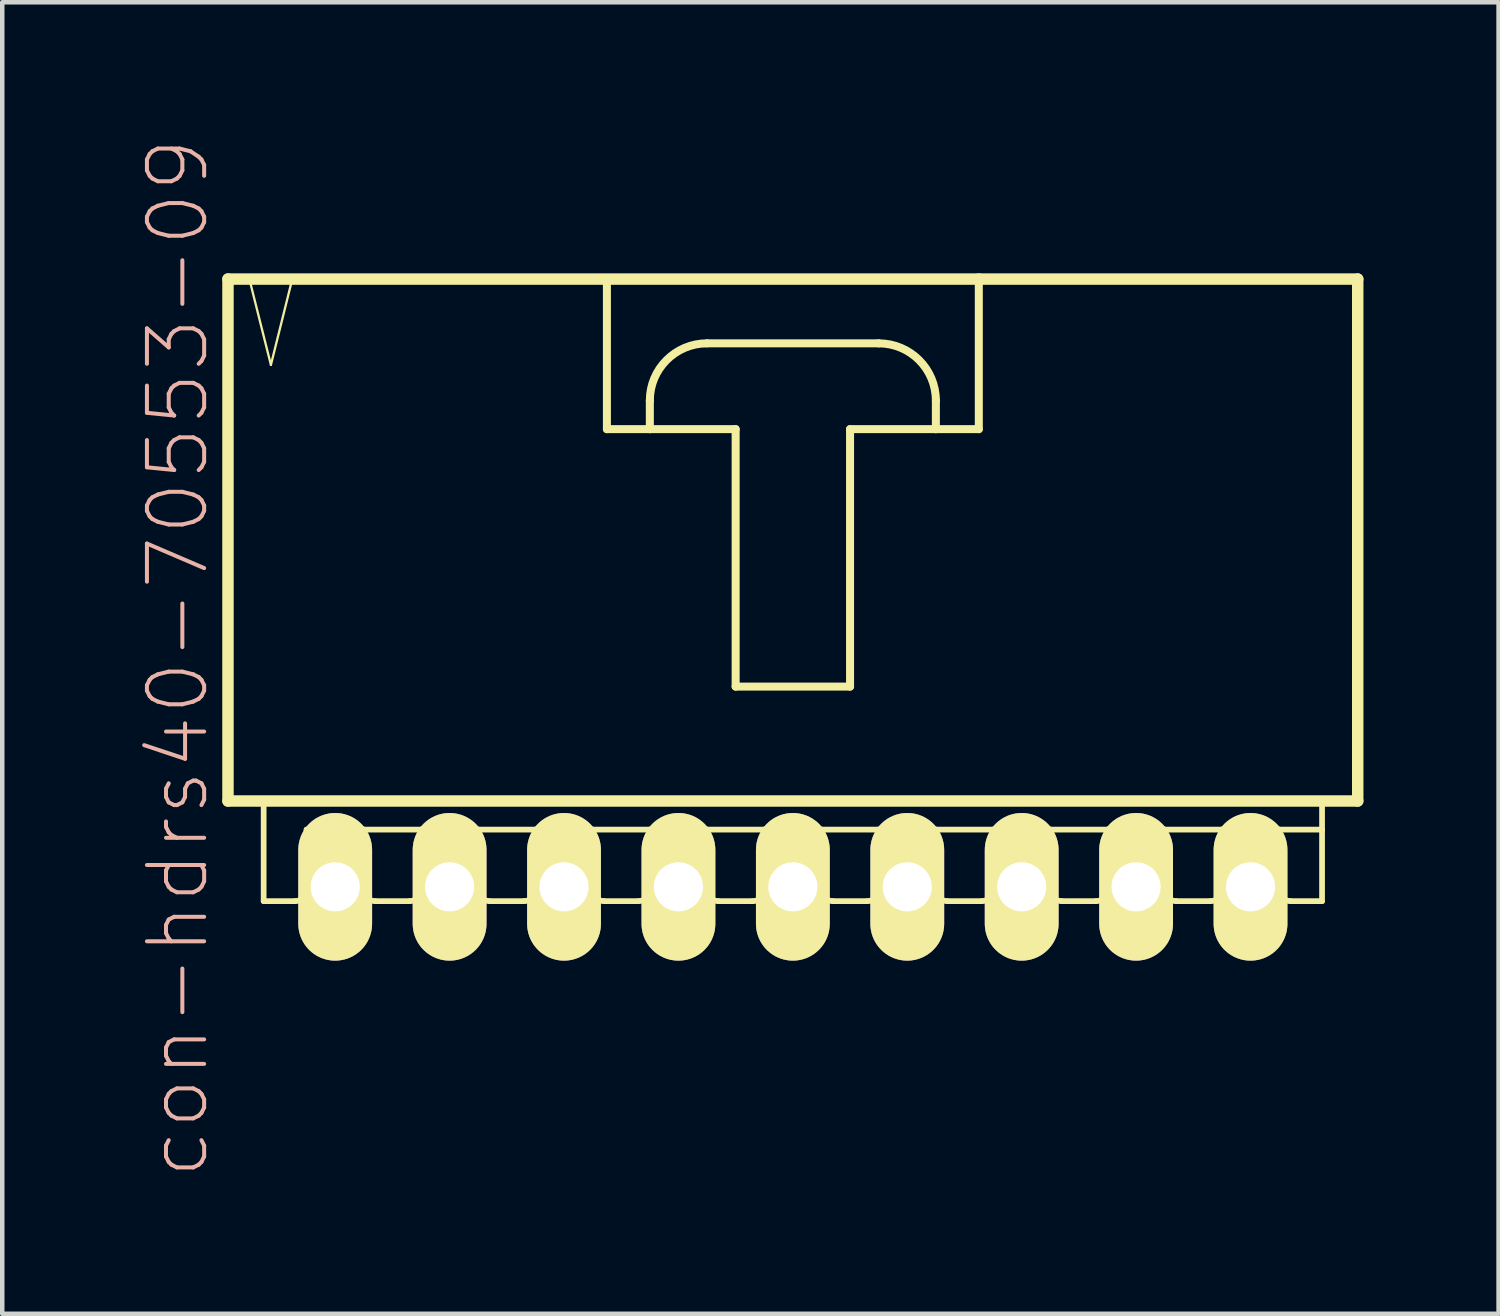
<source format=kicad_pcb>
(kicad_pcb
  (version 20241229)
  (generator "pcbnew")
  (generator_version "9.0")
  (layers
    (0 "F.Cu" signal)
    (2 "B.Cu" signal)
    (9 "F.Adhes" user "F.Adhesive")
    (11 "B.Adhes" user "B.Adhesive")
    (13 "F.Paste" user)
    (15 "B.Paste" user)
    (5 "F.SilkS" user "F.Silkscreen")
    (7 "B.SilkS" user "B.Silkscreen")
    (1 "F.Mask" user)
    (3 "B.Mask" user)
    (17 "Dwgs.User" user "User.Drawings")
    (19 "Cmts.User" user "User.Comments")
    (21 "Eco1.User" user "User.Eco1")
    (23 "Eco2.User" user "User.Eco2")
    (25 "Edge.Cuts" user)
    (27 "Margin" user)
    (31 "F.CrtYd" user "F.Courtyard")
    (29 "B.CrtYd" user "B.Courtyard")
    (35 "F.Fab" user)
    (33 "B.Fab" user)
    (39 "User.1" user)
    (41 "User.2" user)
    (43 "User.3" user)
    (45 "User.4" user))
  (footprint "con-hdrs40-70553-09"
    (layer "F.Cu")
    (at 14.551 9.017)
    (property "Reference" "con-hdrs40-70553-09" (at -13.652 2.54 90) (layer "B.SilkS") (effects (font (size 1.27 1.27) (thickness 0.089))))
    (attr exclude_from_pos_files exclude_from_bom)
    (fp_line (start -12.54 -5.872) (end -12.54 5.715) (stroke (width 0.254) (type solid)) (layer "F.SilkS"))
    (fp_line (start -12.54 5.715) (end 12.54 5.715) (stroke (width 0.254) (type solid)) (layer "F.SilkS"))
    (fp_line (start -12.065 -5.872) (end -11.587 -3.967) (stroke (width 0.051) (type solid)) (layer "F.SilkS"))
    (fp_line (start -11.748 5.715) (end -11.748 7.938) (stroke (width 0.127) (type solid)) (layer "F.SilkS"))
    (fp_line (start -11.587 -3.967) (end -11.113 -5.872) (stroke (width 0.051) (type solid)) (layer "F.SilkS"))
    (fp_line (start -11.113 -5.872) (end -12.065 -5.872) (stroke (width 0.051) (type solid)) (layer "F.SilkS"))
    (fp_line (start -11.049 7.938) (end -11.748 7.938) (stroke (width 0.127) (type solid)) (layer "F.SilkS"))
    (fp_line (start -10.795 6.35) (end -10.795 7.684) (stroke (width 0.127) (type solid)) (layer "F.SilkS"))
    (fp_line (start -10.795 6.35) (end -9.525 6.35) (stroke (width 0.127) (type solid)) (layer "F.SilkS"))
    (fp_line (start -10.477 6.35) (end -9.842 6.35) (stroke (width 0.066) (type solid)) (layer "F.SilkS"))
    (fp_line (start -10.477 7.62) (end -10.477 6.35) (stroke (width 0.066) (type solid)) (layer "F.SilkS"))
    (fp_line (start -10.477 7.62) (end -9.842 7.62) (stroke (width 0.066) (type solid)) (layer "F.SilkS"))
    (fp_line (start -9.842 7.62) (end -9.842 6.35) (stroke (width 0.066) (type solid)) (layer "F.SilkS"))
    (fp_line (start -9.525 6.35) (end -9.525 7.684) (stroke (width 0.127) (type solid)) (layer "F.SilkS"))
    (fp_line (start -9.525 6.35) (end -8.255 6.35) (stroke (width 0.127) (type solid)) (layer "F.SilkS"))
    (fp_line (start -8.509 7.938) (end -9.271 7.938) (stroke (width 0.127) (type solid)) (layer "F.SilkS"))
    (fp_line (start -8.255 6.35) (end -8.255 7.684) (stroke (width 0.127) (type solid)) (layer "F.SilkS"))
    (fp_line (start -8.255 6.35) (end -6.985 6.35) (stroke (width 0.127) (type solid)) (layer "F.SilkS"))
    (fp_line (start -7.938 6.35) (end -7.303 6.35) (stroke (width 0.066) (type solid)) (layer "F.SilkS"))
    (fp_line (start -7.938 7.62) (end -7.938 6.35) (stroke (width 0.066) (type solid)) (layer "F.SilkS"))
    (fp_line (start -7.938 7.62) (end -7.303 7.62) (stroke (width 0.066) (type solid)) (layer "F.SilkS"))
    (fp_line (start -7.303 7.62) (end -7.303 6.35) (stroke (width 0.066) (type solid)) (layer "F.SilkS"))
    (fp_line (start -6.985 6.35) (end -6.985 7.684) (stroke (width 0.127) (type solid)) (layer "F.SilkS"))
    (fp_line (start -6.985 6.35) (end -5.715 6.35) (stroke (width 0.127) (type solid)) (layer "F.SilkS"))
    (fp_line (start -5.969 7.938) (end -6.731 7.938) (stroke (width 0.127) (type solid)) (layer "F.SilkS"))
    (fp_line (start -5.715 6.35) (end -5.715 7.684) (stroke (width 0.127) (type solid)) (layer "F.SilkS"))
    (fp_line (start -5.715 6.35) (end -4.445 6.35) (stroke (width 0.127) (type solid)) (layer "F.SilkS"))
    (fp_line (start -5.397 6.35) (end -4.763 6.35) (stroke (width 0.066) (type solid)) (layer "F.SilkS"))
    (fp_line (start -5.397 7.62) (end -5.397 6.35) (stroke (width 0.066) (type solid)) (layer "F.SilkS"))
    (fp_line (start -5.397 7.62) (end -4.763 7.62) (stroke (width 0.066) (type solid)) (layer "F.SilkS"))
    (fp_line (start -4.763 7.62) (end -4.763 6.35) (stroke (width 0.066) (type solid)) (layer "F.SilkS"))
    (fp_line (start -4.445 6.35) (end -4.445 7.684) (stroke (width 0.127) (type solid)) (layer "F.SilkS"))
    (fp_line (start -4.445 6.35) (end -3.175 6.35) (stroke (width 0.127) (type solid)) (layer "F.SilkS"))
    (fp_line (start -4.128 -5.872) (end -4.128 -2.54) (stroke (width 0.178) (type solid)) (layer "F.SilkS"))
    (fp_line (start -4.128 -2.54) (end -3.175 -2.54) (stroke (width 0.178) (type solid)) (layer "F.SilkS"))
    (fp_line (start -3.429 7.938) (end -4.191 7.938) (stroke (width 0.127) (type solid)) (layer "F.SilkS"))
    (fp_line (start -3.175 -2.54) (end -3.175 -3.175) (stroke (width 0.178) (type solid)) (layer "F.SilkS"))
    (fp_line (start -3.175 -2.54) (end -1.27 -2.54) (stroke (width 0.178) (type solid)) (layer "F.SilkS"))
    (fp_line (start -3.175 6.35) (end -3.175 7.684) (stroke (width 0.127) (type solid)) (layer "F.SilkS"))
    (fp_line (start -3.175 6.35) (end -1.905 6.35) (stroke (width 0.127) (type solid)) (layer "F.SilkS"))
    (fp_line (start -2.857 6.35) (end -2.223 6.35) (stroke (width 0.066) (type solid)) (layer "F.SilkS"))
    (fp_line (start -2.857 7.62) (end -2.857 6.35) (stroke (width 0.066) (type solid)) (layer "F.SilkS"))
    (fp_line (start -2.857 7.62) (end -2.223 7.62) (stroke (width 0.066) (type solid)) (layer "F.SilkS"))
    (fp_line (start -2.223 7.62) (end -2.223 6.35) (stroke (width 0.066) (type solid)) (layer "F.SilkS"))
    (fp_line (start -1.905 -4.445) (end 1.905 -4.445) (stroke (width 0.178) (type solid)) (layer "F.SilkS"))
    (fp_line (start -1.905 6.35) (end -1.905 7.684) (stroke (width 0.127) (type solid)) (layer "F.SilkS"))
    (fp_line (start -1.905 6.35) (end -0.635 6.35) (stroke (width 0.127) (type solid)) (layer "F.SilkS"))
    (fp_line (start -1.27 -2.54) (end -1.27 3.175) (stroke (width 0.178) (type solid)) (layer "F.SilkS"))
    (fp_line (start -1.27 3.175) (end 1.27 3.175) (stroke (width 0.178) (type solid)) (layer "F.SilkS"))
    (fp_line (start -0.889 7.938) (end -1.651 7.938) (stroke (width 0.127) (type solid)) (layer "F.SilkS"))
    (fp_line (start -0.635 6.35) (end -0.635 7.684) (stroke (width 0.127) (type solid)) (layer "F.SilkS"))
    (fp_line (start -0.635 6.35) (end 0.635 6.35) (stroke (width 0.127) (type solid)) (layer "F.SilkS"))
    (fp_line (start -0.318 6.35) (end 0.318 6.35) (stroke (width 0.066) (type solid)) (layer "F.SilkS"))
    (fp_line (start -0.318 7.62) (end -0.318 6.35) (stroke (width 0.066) (type solid)) (layer "F.SilkS"))
    (fp_line (start -0.318 7.62) (end 0.318 7.62) (stroke (width 0.066) (type solid)) (layer "F.SilkS"))
    (fp_line (start 0.318 7.62) (end 0.318 6.35) (stroke (width 0.066) (type solid)) (layer "F.SilkS"))
    (fp_line (start 0.635 6.35) (end 0.635 7.684) (stroke (width 0.127) (type solid)) (layer "F.SilkS"))
    (fp_line (start 0.635 6.35) (end 1.905 6.35) (stroke (width 0.127) (type solid)) (layer "F.SilkS"))
    (fp_line (start 1.27 -2.54) (end 3.175 -2.54) (stroke (width 0.178) (type solid)) (layer "F.SilkS"))
    (fp_line (start 1.27 3.175) (end 1.27 -2.54) (stroke (width 0.178) (type solid)) (layer "F.SilkS"))
    (fp_line (start 1.651 7.938) (end 0.889 7.938) (stroke (width 0.127) (type solid)) (layer "F.SilkS"))
    (fp_line (start 1.905 6.35) (end 1.905 7.684) (stroke (width 0.127) (type solid)) (layer "F.SilkS"))
    (fp_line (start 1.905 6.35) (end 3.175 6.35) (stroke (width 0.127) (type solid)) (layer "F.SilkS"))
    (fp_line (start 2.223 6.35) (end 2.857 6.35) (stroke (width 0.066) (type solid)) (layer "F.SilkS"))
    (fp_line (start 2.223 7.62) (end 2.223 6.35) (stroke (width 0.066) (type solid)) (layer "F.SilkS"))
    (fp_line (start 2.223 7.62) (end 2.857 7.62) (stroke (width 0.066) (type solid)) (layer "F.SilkS"))
    (fp_line (start 2.857 7.62) (end 2.857 6.35) (stroke (width 0.066) (type solid)) (layer "F.SilkS"))
    (fp_line (start 3.175 -3.175) (end 3.175 -2.54) (stroke (width 0.178) (type solid)) (layer "F.SilkS"))
    (fp_line (start 3.175 -2.54) (end 4.128 -2.54) (stroke (width 0.178) (type solid)) (layer "F.SilkS"))
    (fp_line (start 3.175 6.35) (end 3.175 7.684) (stroke (width 0.127) (type solid)) (layer "F.SilkS"))
    (fp_line (start 3.175 6.35) (end 4.445 6.35) (stroke (width 0.127) (type solid)) (layer "F.SilkS"))
    (fp_line (start 4.128 -5.872) (end -12.54 -5.872) (stroke (width 0.254) (type solid)) (layer "F.SilkS"))
    (fp_line (start 4.128 -2.54) (end 4.128 -5.872) (stroke (width 0.178) (type solid)) (layer "F.SilkS"))
    (fp_line (start 4.191 7.938) (end 3.429 7.938) (stroke (width 0.127) (type solid)) (layer "F.SilkS"))
    (fp_line (start 4.445 6.35) (end 4.445 7.684) (stroke (width 0.127) (type solid)) (layer "F.SilkS"))
    (fp_line (start 4.445 6.35) (end 5.715 6.35) (stroke (width 0.127) (type solid)) (layer "F.SilkS"))
    (fp_line (start 4.763 6.35) (end 5.397 6.35) (stroke (width 0.066) (type solid)) (layer "F.SilkS"))
    (fp_line (start 4.763 7.62) (end 4.763 6.35) (stroke (width 0.066) (type solid)) (layer "F.SilkS"))
    (fp_line (start 4.763 7.62) (end 5.397 7.62) (stroke (width 0.066) (type solid)) (layer "F.SilkS"))
    (fp_line (start 5.397 7.62) (end 5.397 6.35) (stroke (width 0.066) (type solid)) (layer "F.SilkS"))
    (fp_line (start 5.715 6.35) (end 5.715 7.684) (stroke (width 0.127) (type solid)) (layer "F.SilkS"))
    (fp_line (start 5.715 6.35) (end 6.985 6.35) (stroke (width 0.127) (type solid)) (layer "F.SilkS"))
    (fp_line (start 6.731 7.938) (end 5.969 7.938) (stroke (width 0.127) (type solid)) (layer "F.SilkS"))
    (fp_line (start 6.985 6.35) (end 6.985 7.684) (stroke (width 0.127) (type solid)) (layer "F.SilkS"))
    (fp_line (start 6.985 6.35) (end 8.255 6.35) (stroke (width 0.127) (type solid)) (layer "F.SilkS"))
    (fp_line (start 7.303 6.35) (end 7.938 6.35) (stroke (width 0.066) (type solid)) (layer "F.SilkS"))
    (fp_line (start 7.303 7.62) (end 7.303 6.35) (stroke (width 0.066) (type solid)) (layer "F.SilkS"))
    (fp_line (start 7.303 7.62) (end 7.938 7.62) (stroke (width 0.066) (type solid)) (layer "F.SilkS"))
    (fp_line (start 7.938 7.62) (end 7.938 6.35) (stroke (width 0.066) (type solid)) (layer "F.SilkS"))
    (fp_line (start 8.255 6.35) (end 8.255 7.684) (stroke (width 0.127) (type solid)) (layer "F.SilkS"))
    (fp_line (start 8.255 6.35) (end 9.525 6.35) (stroke (width 0.127) (type solid)) (layer "F.SilkS"))
    (fp_line (start 9.271 7.938) (end 8.509 7.938) (stroke (width 0.127) (type solid)) (layer "F.SilkS"))
    (fp_line (start 9.525 6.35) (end 9.525 7.684) (stroke (width 0.127) (type solid)) (layer "F.SilkS"))
    (fp_line (start 9.525 6.35) (end 10.795 6.35) (stroke (width 0.127) (type solid)) (layer "F.SilkS"))
    (fp_line (start 9.842 6.35) (end 10.477 6.35) (stroke (width 0.066) (type solid)) (layer "F.SilkS"))
    (fp_line (start 9.842 7.62) (end 9.842 6.35) (stroke (width 0.066) (type solid)) (layer "F.SilkS"))
    (fp_line (start 9.842 7.62) (end 10.477 7.62) (stroke (width 0.066) (type solid)) (layer "F.SilkS"))
    (fp_line (start 10.477 7.62) (end 10.477 6.35) (stroke (width 0.066) (type solid)) (layer "F.SilkS"))
    (fp_line (start 10.795 6.35) (end 10.795 7.684) (stroke (width 0.127) (type solid)) (layer "F.SilkS"))
    (fp_line (start 10.795 6.35) (end 11.748 6.35) (stroke (width 0.127) (type solid)) (layer "F.SilkS"))
    (fp_line (start 11.049 7.938) (end 11.748 7.938) (stroke (width 0.127) (type solid)) (layer "F.SilkS"))
    (fp_line (start 11.748 6.35) (end 11.748 5.715) (stroke (width 0.127) (type solid)) (layer "F.SilkS"))
    (fp_line (start 11.748 7.938) (end 11.748 6.35) (stroke (width 0.127) (type solid)) (layer "F.SilkS"))
    (fp_line (start 12.54 -5.872) (end 4.128 -5.872) (stroke (width 0.254) (type solid)) (layer "F.SilkS"))
    (fp_line (start 12.54 5.715) (end 12.54 -5.872) (stroke (width 0.254) (type solid)) (layer "F.SilkS"))
    (fp_arc (start -10.795 7.6835) (mid -10.869395 7.863105) (end -11.049 7.9375) (stroke (width 0.127) (type solid)) (layer "F.SilkS"))
    (fp_arc (start -9.271 7.9375) (mid -9.450605 7.863105) (end -9.525 7.6835) (stroke (width 0.127) (type solid)) (layer "F.SilkS"))
    (fp_arc (start -8.255 7.6835) (mid -8.329395 7.863105) (end -8.509 7.9375) (stroke (width 0.127) (type solid)) (layer "F.SilkS"))
    (fp_arc (start -6.731 7.9375) (mid -6.910605 7.863105) (end -6.985 7.6835) (stroke (width 0.127) (type solid)) (layer "F.SilkS"))
    (fp_arc (start -5.715 7.6835) (mid -5.789395 7.863105) (end -5.969 7.9375) (stroke (width 0.127) (type solid)) (layer "F.SilkS"))
    (fp_arc (start -4.191 7.9375) (mid -4.370605 7.863105) (end -4.445 7.6835) (stroke (width 0.127) (type solid)) (layer "F.SilkS"))
    (fp_arc (start -3.175 -3.175) (mid -2.803026 -4.073026) (end -1.905 -4.445) (stroke (width 0.1778) (type solid)) (layer "F.SilkS"))
    (fp_arc (start -3.175 7.6835) (mid -3.249395 7.863105) (end -3.429 7.9375) (stroke (width 0.127) (type solid)) (layer "F.SilkS"))
    (fp_arc (start -1.651 7.9375) (mid -1.830605 7.863105) (end -1.905 7.6835) (stroke (width 0.127) (type solid)) (layer "F.SilkS"))
    (fp_arc (start -0.635 7.6835) (mid -0.709395 7.863105) (end -0.889 7.9375) (stroke (width 0.127) (type solid)) (layer "F.SilkS"))
    (fp_arc (start 0.889 7.9375) (mid 0.709395 7.863105) (end 0.635 7.6835) (stroke (width 0.127) (type solid)) (layer "F.SilkS"))
    (fp_arc (start 1.905 -4.445) (mid 2.803026 -4.073026) (end 3.175 -3.175) (stroke (width 0.1778) (type solid)) (layer "F.SilkS"))
    (fp_arc (start 1.905 7.6835) (mid 1.830605 7.863105) (end 1.651 7.9375) (stroke (width 0.127) (type solid)) (layer "F.SilkS"))
    (fp_arc (start 3.429 7.9375) (mid 3.249395 7.863105) (end 3.175 7.6835) (stroke (width 0.127) (type solid)) (layer "F.SilkS"))
    (fp_arc (start 4.445 7.6835) (mid 4.370605 7.863105) (end 4.191 7.9375) (stroke (width 0.127) (type solid)) (layer "F.SilkS"))
    (fp_arc (start 5.969 7.9375) (mid 5.789395 7.863105) (end 5.715 7.6835) (stroke (width 0.127) (type solid)) (layer "F.SilkS"))
    (fp_arc (start 6.985 7.6835) (mid 6.910605 7.863105) (end 6.731 7.9375) (stroke (width 0.127) (type solid)) (layer "F.SilkS"))
    (fp_arc (start 8.509 7.9375) (mid 8.329395 7.863105) (end 8.255 7.6835) (stroke (width 0.127) (type solid)) (layer "F.SilkS"))
    (fp_arc (start 9.525 7.6835) (mid 9.450605 7.863105) (end 9.271 7.9375) (stroke (width 0.127) (type solid)) (layer "F.SilkS"))
    (fp_arc (start 11.049 7.9375) (mid 10.869395 7.863105) (end 10.795 7.6835) (stroke (width 0.127) (type solid)) (layer "F.SilkS"))
    (pad "1" thru_hole oval (at -10.16 7.62) (size 1.638 3.277) (drill 1.09) (layers "*.Cu" "F.Mask" "F.SilkS" "F.Paste"))
    (pad "2" thru_hole oval (at -7.62 7.62) (size 1.638 3.277) (drill 1.09) (layers "*.Cu" "F.Mask" "F.SilkS" "F.Paste"))
    (pad "3" thru_hole oval (at -5.08 7.62) (size 1.638 3.277) (drill 1.09) (layers "*.Cu" "F.Mask" "F.SilkS" "F.Paste"))
    (pad "4" thru_hole oval (at -2.54 7.62) (size 1.638 3.277) (drill 1.09) (layers "*.Cu" "F.Mask" "F.SilkS" "F.Paste"))
    (pad "5" thru_hole oval (at 0 7.62) (size 1.638 3.277) (drill 1.09) (layers "*.Cu" "F.Mask" "F.SilkS" "F.Paste"))
    (pad "6" thru_hole oval (at 2.54 7.62) (size 1.638 3.277) (drill 1.09) (layers "*.Cu" "F.Mask" "F.SilkS" "F.Paste"))
    (pad "7" thru_hole oval (at 5.08 7.62) (size 1.638 3.277) (drill 1.09) (layers "*.Cu" "F.Mask" "F.SilkS" "F.Paste"))
    (pad "8" thru_hole oval (at 7.62 7.62) (size 1.638 3.277) (drill 1.09) (layers "*.Cu" "F.Mask" "F.SilkS" "F.Paste"))
    (pad "9" thru_hole oval (at 10.16 7.62) (size 1.638 3.277) (drill 1.09) (layers "*.Cu" "F.Mask" "F.SilkS" "F.Paste")))
  (gr_rect
    (start -3 -3)
    (end 30.218 26.115)
    (stroke (width 0.1) (type default))
    (fill no)
    (layer "Edge.Cuts")))
</source>
